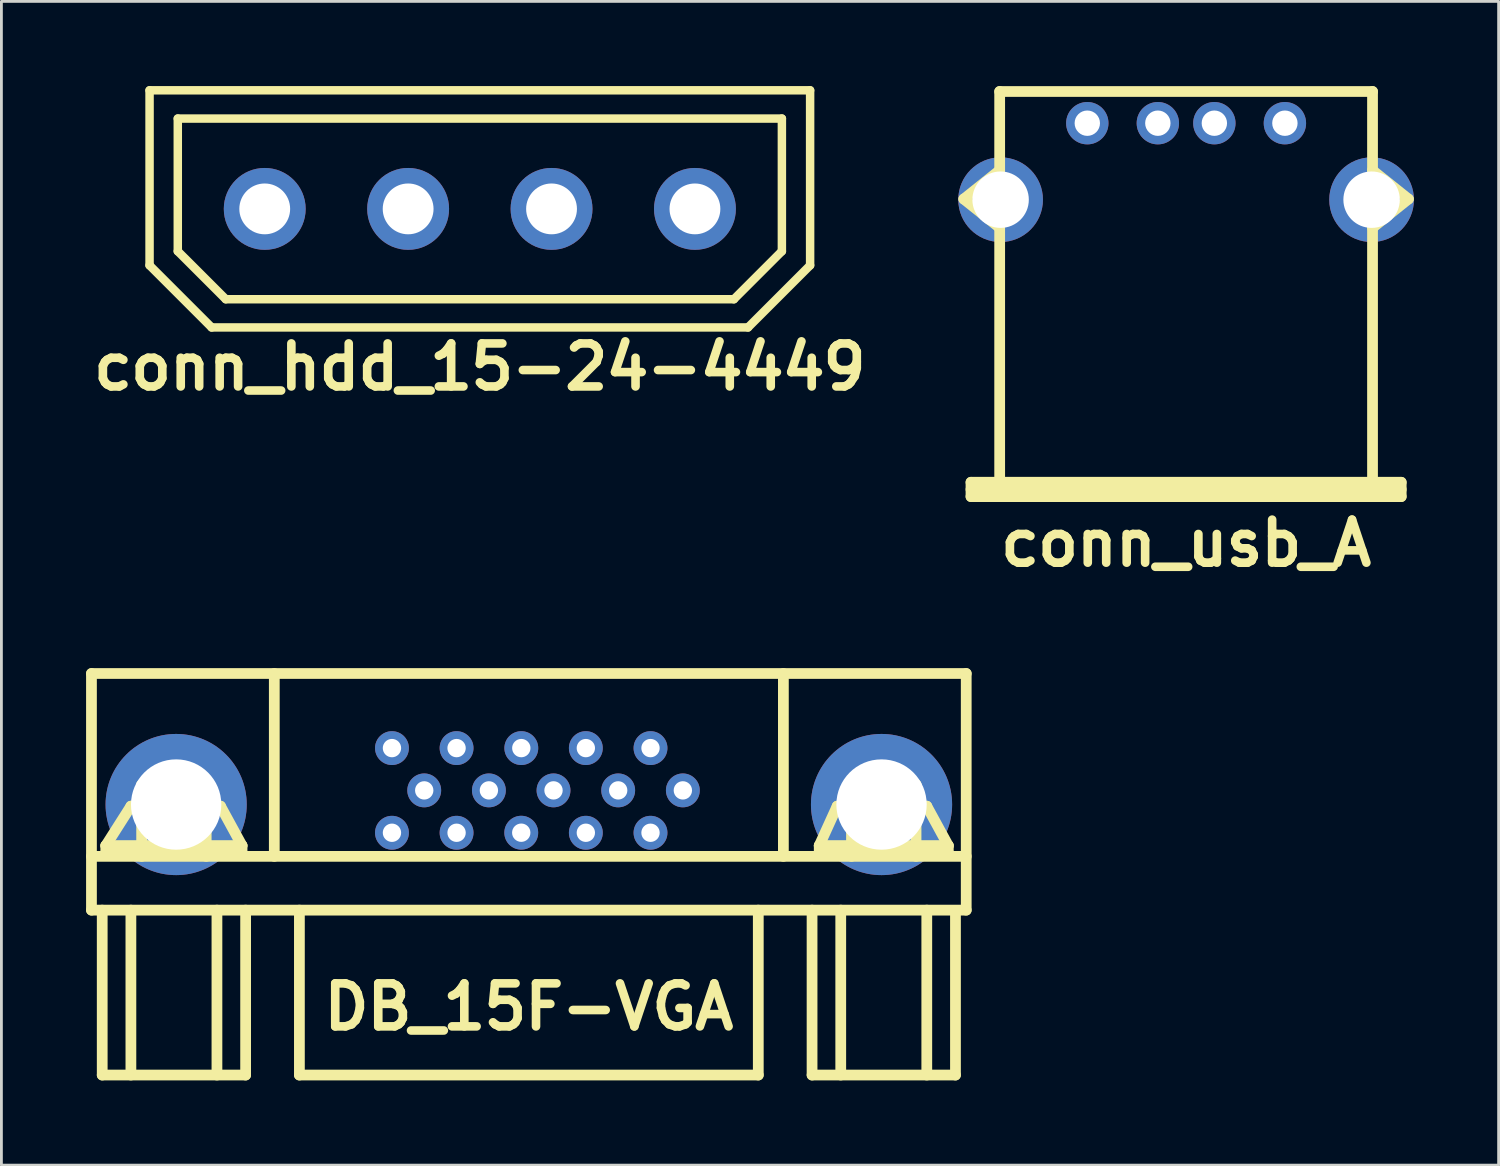
<source format=kicad_pcb>
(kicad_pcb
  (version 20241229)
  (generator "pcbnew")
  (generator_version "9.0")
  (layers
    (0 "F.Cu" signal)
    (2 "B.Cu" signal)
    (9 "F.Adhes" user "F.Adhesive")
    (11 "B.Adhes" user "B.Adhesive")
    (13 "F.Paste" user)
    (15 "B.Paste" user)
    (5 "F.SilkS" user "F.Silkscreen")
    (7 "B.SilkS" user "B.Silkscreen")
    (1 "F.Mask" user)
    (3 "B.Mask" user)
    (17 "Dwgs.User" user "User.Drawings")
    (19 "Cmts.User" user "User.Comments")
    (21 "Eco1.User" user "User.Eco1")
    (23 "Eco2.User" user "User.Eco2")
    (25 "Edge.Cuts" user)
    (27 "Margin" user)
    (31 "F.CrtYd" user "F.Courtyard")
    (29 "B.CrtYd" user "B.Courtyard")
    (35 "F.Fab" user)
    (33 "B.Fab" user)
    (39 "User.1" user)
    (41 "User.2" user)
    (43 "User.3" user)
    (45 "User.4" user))
  (footprint "conn_hdd_15-24-4449"
    (layer "F.Cu")
    (at 13.948 4.35)
    (property "Reference" "conn_hdd_15-24-4449" (at 0 5.6 0) (layer "F.SilkS") (effects (font (size 1.524 1.524) (thickness 0.305))))
    (attr through_hole)
    (fp_line (start -11.7 -4.2) (end -11.7 2) (stroke (width 0.3) (type solid)) (layer "F.SilkS"))
    (fp_line (start -11.7 -4.2) (end 11.7 -4.2) (stroke (width 0.3) (type solid)) (layer "F.SilkS"))
    (fp_line (start -10.7 -3.2) (end -10.7 1.5) (stroke (width 0.3) (type solid)) (layer "F.SilkS"))
    (fp_line (start -10.7 -3.2) (end 10.7 -3.2) (stroke (width 0.3) (type solid)) (layer "F.SilkS"))
    (fp_line (start -9.5 4.2) (end -11.7 2) (stroke (width 0.3) (type solid)) (layer "F.SilkS"))
    (fp_line (start -9.5 4.2) (end 9.5 4.2) (stroke (width 0.3) (type solid)) (layer "F.SilkS"))
    (fp_line (start -9 3.2) (end -10.7 1.5) (stroke (width 0.3) (type solid)) (layer "F.SilkS"))
    (fp_line (start -9 3.2) (end 9 3.2) (stroke (width 0.3) (type solid)) (layer "F.SilkS"))
    (fp_line (start 9 3.2) (end 10.7 1.5) (stroke (width 0.3) (type solid)) (layer "F.SilkS"))
    (fp_line (start 9.5 4.2) (end 11.7 2) (stroke (width 0.3) (type solid)) (layer "F.SilkS"))
    (fp_line (start 10.7 -3.2) (end 10.7 1.5) (stroke (width 0.3) (type solid)) (layer "F.SilkS"))
    (fp_line (start 11.7 -4.2) (end 11.7 2) (stroke (width 0.3) (type solid)) (layer "F.SilkS"))
    (pad "1" thru_hole circle (at -7.62 0) (size 2.9 2.9) (drill 1.8) (layers "*.Cu" "*.Mask"))
    (pad "2" thru_hole circle (at -2.54 0) (size 2.9 2.9) (drill 1.8) (layers "*.Cu" "*.Mask"))
    (pad "3" thru_hole circle (at 2.54 0) (size 2.9 2.9) (drill 1.8) (layers "*.Cu" "*.Mask"))
    (pad "4" thru_hole circle (at 7.62 0) (size 2.9 2.9) (drill 1.8) (layers "*.Cu" "*.Mask")))
  (footprint "DB_15F-VGA"
    (layer "F.Cu")
    (at 15.684 27.921)
    (property "Reference" "DB_15F-VGA" (at 0 4.699 0) (layer "F.SilkS") (effects (font (size 1.524 1.524) (thickness 0.305))))
    (attr through_hole)
    (fp_line (start -15.494 -0.635) (end 15.494 -0.635) (stroke (width 0.381) (type solid)) (layer "F.SilkS"))
    (fp_line (start -15.494 1.27) (end -15.494 -7.112) (stroke (width 0.381) (type solid)) (layer "F.SilkS"))
    (fp_line (start -15.494 1.27) (end 15.494 1.27) (stroke (width 0.381) (type solid)) (layer "F.SilkS"))
    (fp_line (start -15.113 1.27) (end -15.113 7.112) (stroke (width 0.381) (type solid)) (layer "F.SilkS"))
    (fp_line (start -15.113 7.112) (end -10.033 7.112) (stroke (width 0.381) (type solid)) (layer "F.SilkS"))
    (fp_line (start -14.986 -1.016) (end -14.986 -0.762) (stroke (width 0.381) (type solid)) (layer "F.SilkS"))
    (fp_line (start -14.986 -0.762) (end -10.16 -0.762) (stroke (width 0.381) (type solid)) (layer "F.SilkS"))
    (fp_line (start -14.097 -2.413) (end -14.986 -1.016) (stroke (width 0.381) (type solid)) (layer "F.SilkS"))
    (fp_line (start -14.097 -2.413) (end -10.922 -2.413) (stroke (width 0.381) (type solid)) (layer "F.SilkS"))
    (fp_line (start -14.097 1.27) (end -14.097 7.112) (stroke (width 0.381) (type solid)) (layer "F.SilkS"))
    (fp_line (start -13.716 -3.175) (end -11.43 -3.175) (stroke (width 0.381) (type solid)) (layer "F.SilkS"))
    (fp_line (start -13.716 -0.635) (end -13.716 -3.175) (stroke (width 0.381) (type solid)) (layer "F.SilkS"))
    (fp_line (start -11.43 -3.175) (end -11.43 -0.635) (stroke (width 0.381) (type solid)) (layer "F.SilkS"))
    (fp_line (start -11.049 1.27) (end -11.049 7.112) (stroke (width 0.381) (type solid)) (layer "F.SilkS"))
    (fp_line (start -10.922 -2.413) (end -10.16 -1.016) (stroke (width 0.381) (type solid)) (layer "F.SilkS"))
    (fp_line (start -10.16 -1.016) (end -14.986 -1.016) (stroke (width 0.381) (type solid)) (layer "F.SilkS"))
    (fp_line (start -10.16 -0.762) (end -10.16 -1.016) (stroke (width 0.381) (type solid)) (layer "F.SilkS"))
    (fp_line (start -10.033 1.27) (end -10.033 7.112) (stroke (width 0.381) (type solid)) (layer "F.SilkS"))
    (fp_line (start -9.017 -7.112) (end -9.017 -0.635) (stroke (width 0.381) (type solid)) (layer "F.SilkS"))
    (fp_line (start -8.128 1.27) (end -8.128 7.112) (stroke (width 0.381) (type solid)) (layer "F.SilkS"))
    (fp_line (start -8.128 7.112) (end 8.128 7.112) (stroke (width 0.381) (type solid)) (layer "F.SilkS"))
    (fp_line (start 8.128 7.112) (end 8.128 1.27) (stroke (width 0.381) (type solid)) (layer "F.SilkS"))
    (fp_line (start 9.017 -0.635) (end 9.017 -7.112) (stroke (width 0.381) (type solid)) (layer "F.SilkS"))
    (fp_line (start 10.033 1.27) (end 10.033 7.112) (stroke (width 0.381) (type solid)) (layer "F.SilkS"))
    (fp_line (start 10.033 7.112) (end 15.113 7.112) (stroke (width 0.381) (type solid)) (layer "F.SilkS"))
    (fp_line (start 10.287 -1.016) (end 10.287 -0.762) (stroke (width 0.381) (type solid)) (layer "F.SilkS"))
    (fp_line (start 10.287 -0.762) (end 14.859 -0.762) (stroke (width 0.381) (type solid)) (layer "F.SilkS"))
    (fp_line (start 10.922 -2.413) (end 10.287 -1.016) (stroke (width 0.381) (type solid)) (layer "F.SilkS"))
    (fp_line (start 10.922 -2.413) (end 14.097 -2.413) (stroke (width 0.381) (type solid)) (layer "F.SilkS"))
    (fp_line (start 11.049 1.27) (end 11.049 7.112) (stroke (width 0.381) (type solid)) (layer "F.SilkS"))
    (fp_line (start 11.43 -3.175) (end 13.716 -3.175) (stroke (width 0.381) (type solid)) (layer "F.SilkS"))
    (fp_line (start 11.43 -0.635) (end 11.43 -3.175) (stroke (width 0.381) (type solid)) (layer "F.SilkS"))
    (fp_line (start 13.716 -3.175) (end 13.716 -0.635) (stroke (width 0.381) (type solid)) (layer "F.SilkS"))
    (fp_line (start 14.097 -2.413) (end 14.859 -1.016) (stroke (width 0.381) (type solid)) (layer "F.SilkS"))
    (fp_line (start 14.097 1.27) (end 14.097 7.112) (stroke (width 0.381) (type solid)) (layer "F.SilkS"))
    (fp_line (start 14.859 -1.016) (end 10.287 -1.016) (stroke (width 0.381) (type solid)) (layer "F.SilkS"))
    (fp_line (start 14.859 -0.762) (end 14.859 -1.016) (stroke (width 0.381) (type solid)) (layer "F.SilkS"))
    (fp_line (start 15.113 7.112) (end 15.113 1.397) (stroke (width 0.381) (type solid)) (layer "F.SilkS"))
    (fp_line (start 15.494 -7.112) (end -15.494 -7.112) (stroke (width 0.381) (type solid)) (layer "F.SilkS"))
    (fp_line (start 15.494 -7.112) (end 15.494 1.27) (stroke (width 0.381) (type solid)) (layer "F.SilkS"))
    (pad "" thru_hole circle (at -12.494 -2.471) (size 5.001 5.001) (drill 3.2) (layers "*.Cu" "*.Mask"))
    (pad "" thru_hole circle (at 12.494 -2.471) (size 5.001 5.001) (drill 3.2) (layers "*.Cu" "*.Mask"))
    (pad "1" thru_hole circle (at 4.31 -4.47) (size 1.199 1.199) (drill 0.65) (layers "*.Cu" "*.Mask"))
    (pad "2" thru_hole circle (at 2.019 -4.47) (size 1.199 1.199) (drill 0.65) (layers "*.Cu" "*.Mask"))
    (pad "3" thru_hole circle (at -0.267 -4.47) (size 1.199 1.199) (drill 0.65) (layers "*.Cu" "*.Mask"))
    (pad "4" thru_hole circle (at -2.56 -4.47) (size 1.199 1.199) (drill 0.65) (layers "*.Cu" "*.Mask"))
    (pad "5" thru_hole circle (at -4.849 -4.47) (size 1.199 1.199) (drill 0.65) (layers "*.Cu" "*.Mask"))
    (pad "6" thru_hole circle (at 5.456 -2.972) (size 1.199 1.199) (drill 0.65) (layers "*.Cu" "*.Mask"))
    (pad "7" thru_hole circle (at 3.165 -2.972) (size 1.199 1.199) (drill 0.65) (layers "*.Cu" "*.Mask"))
    (pad "8" thru_hole circle (at 0.874 -2.972) (size 1.199 1.199) (drill 0.65) (layers "*.Cu" "*.Mask"))
    (pad "9" thru_hole circle (at -1.415 -2.972) (size 1.199 1.199) (drill 0.65) (layers "*.Cu" "*.Mask"))
    (pad "10" thru_hole circle (at -3.706 -2.972) (size 1.199 1.199) (drill 0.65) (layers "*.Cu" "*.Mask"))
    (pad "11" thru_hole circle (at 4.31 -1.471) (size 1.199 1.199) (drill 0.65) (layers "*.Cu" "*.Mask"))
    (pad "12" thru_hole circle (at 2.019 -1.471) (size 1.199 1.199) (drill 0.65) (layers "*.Cu" "*.Mask"))
    (pad "13" thru_hole circle (at -0.269 -1.473) (size 1.199 1.199) (drill 0.65) (layers "*.Cu" "*.Mask"))
    (pad "14" thru_hole circle (at -2.56 -1.471) (size 1.199 1.199) (drill 0.65) (layers "*.Cu" "*.Mask"))
    (pad "15" thru_hole circle (at -4.849 -1.471) (size 1.199 1.199) (drill 0.65) (layers "*.Cu" "*.Mask")))
  (footprint "conn_usb_A"
    (layer "F.Cu")
    (at 38.967 7.303)
    (property "Reference" "conn_usb_A" (at 0 8.89 0) (layer "F.SilkS") (effects (font (size 1.524 1.524) (thickness 0.305))))
    (attr through_hole)
    (fp_line (start -7.874 -3.302) (end -6.604 -2.286) (stroke (width 0.381) (type solid)) (layer "F.SilkS"))
    (fp_line (start -7.62 6.731) (end -7.62 7.239) (stroke (width 0.381) (type solid)) (layer "F.SilkS"))
    (fp_line (start -7.62 6.731) (end 7.62 6.731) (stroke (width 0.381) (type solid)) (layer "F.SilkS"))
    (fp_line (start -7.62 6.985) (end 7.62 6.985) (stroke (width 0.381) (type solid)) (layer "F.SilkS"))
    (fp_line (start -6.604 -7.112) (end -6.604 7.112) (stroke (width 0.381) (type solid)) (layer "F.SilkS"))
    (fp_line (start -6.604 -4.318) (end -7.874 -3.302) (stroke (width 0.381) (type solid)) (layer "F.SilkS"))
    (fp_line (start 6.604 -7.112) (end -6.604 -7.112) (stroke (width 0.381) (type solid)) (layer "F.SilkS"))
    (fp_line (start 6.604 -4.318) (end 7.874 -3.302) (stroke (width 0.381) (type solid)) (layer "F.SilkS"))
    (fp_line (start 6.604 7.112) (end 6.604 -7.112) (stroke (width 0.381) (type solid)) (layer "F.SilkS"))
    (fp_line (start 7.62 6.731) (end 7.62 7.239) (stroke (width 0.381) (type solid)) (layer "F.SilkS"))
    (fp_line (start 7.62 7.239) (end -7.62 7.239) (stroke (width 0.381) (type solid)) (layer "F.SilkS"))
    (fp_line (start 7.874 -3.302) (end 6.604 -2.286) (stroke (width 0.381) (type solid)) (layer "F.SilkS"))
    (pad "" thru_hole circle (at -6.571 -3.279) (size 3 3) (drill 1.999) (layers "*.Cu" "*.Mask"))
    (pad "" thru_hole circle (at 6.571 -3.279) (size 3 3) (drill 1.999) (layers "*.Cu" "*.Mask"))
    (pad "1" thru_hole circle (at -3.5 -5.989) (size 1.501 1.501) (drill 0.899) (layers "*.Cu" "*.Mask"))
    (pad "2" thru_hole circle (at -1.001 -5.989) (size 1.501 1.501) (drill 0.899) (layers "*.Cu" "*.Mask"))
    (pad "3" thru_hole circle (at 1.001 -5.989) (size 1.501 1.501) (drill 0.899) (layers "*.Cu" "*.Mask"))
    (pad "4" thru_hole circle (at 3.5 -5.989) (size 1.501 1.501) (drill 0.899) (layers "*.Cu" "*.Mask")))
  (gr_rect
    (start -3 -3)
    (end 50.038 38.224)
    (stroke (width 0.1) (type default))
    (fill no)
    (layer "Edge.Cuts")))
</source>
